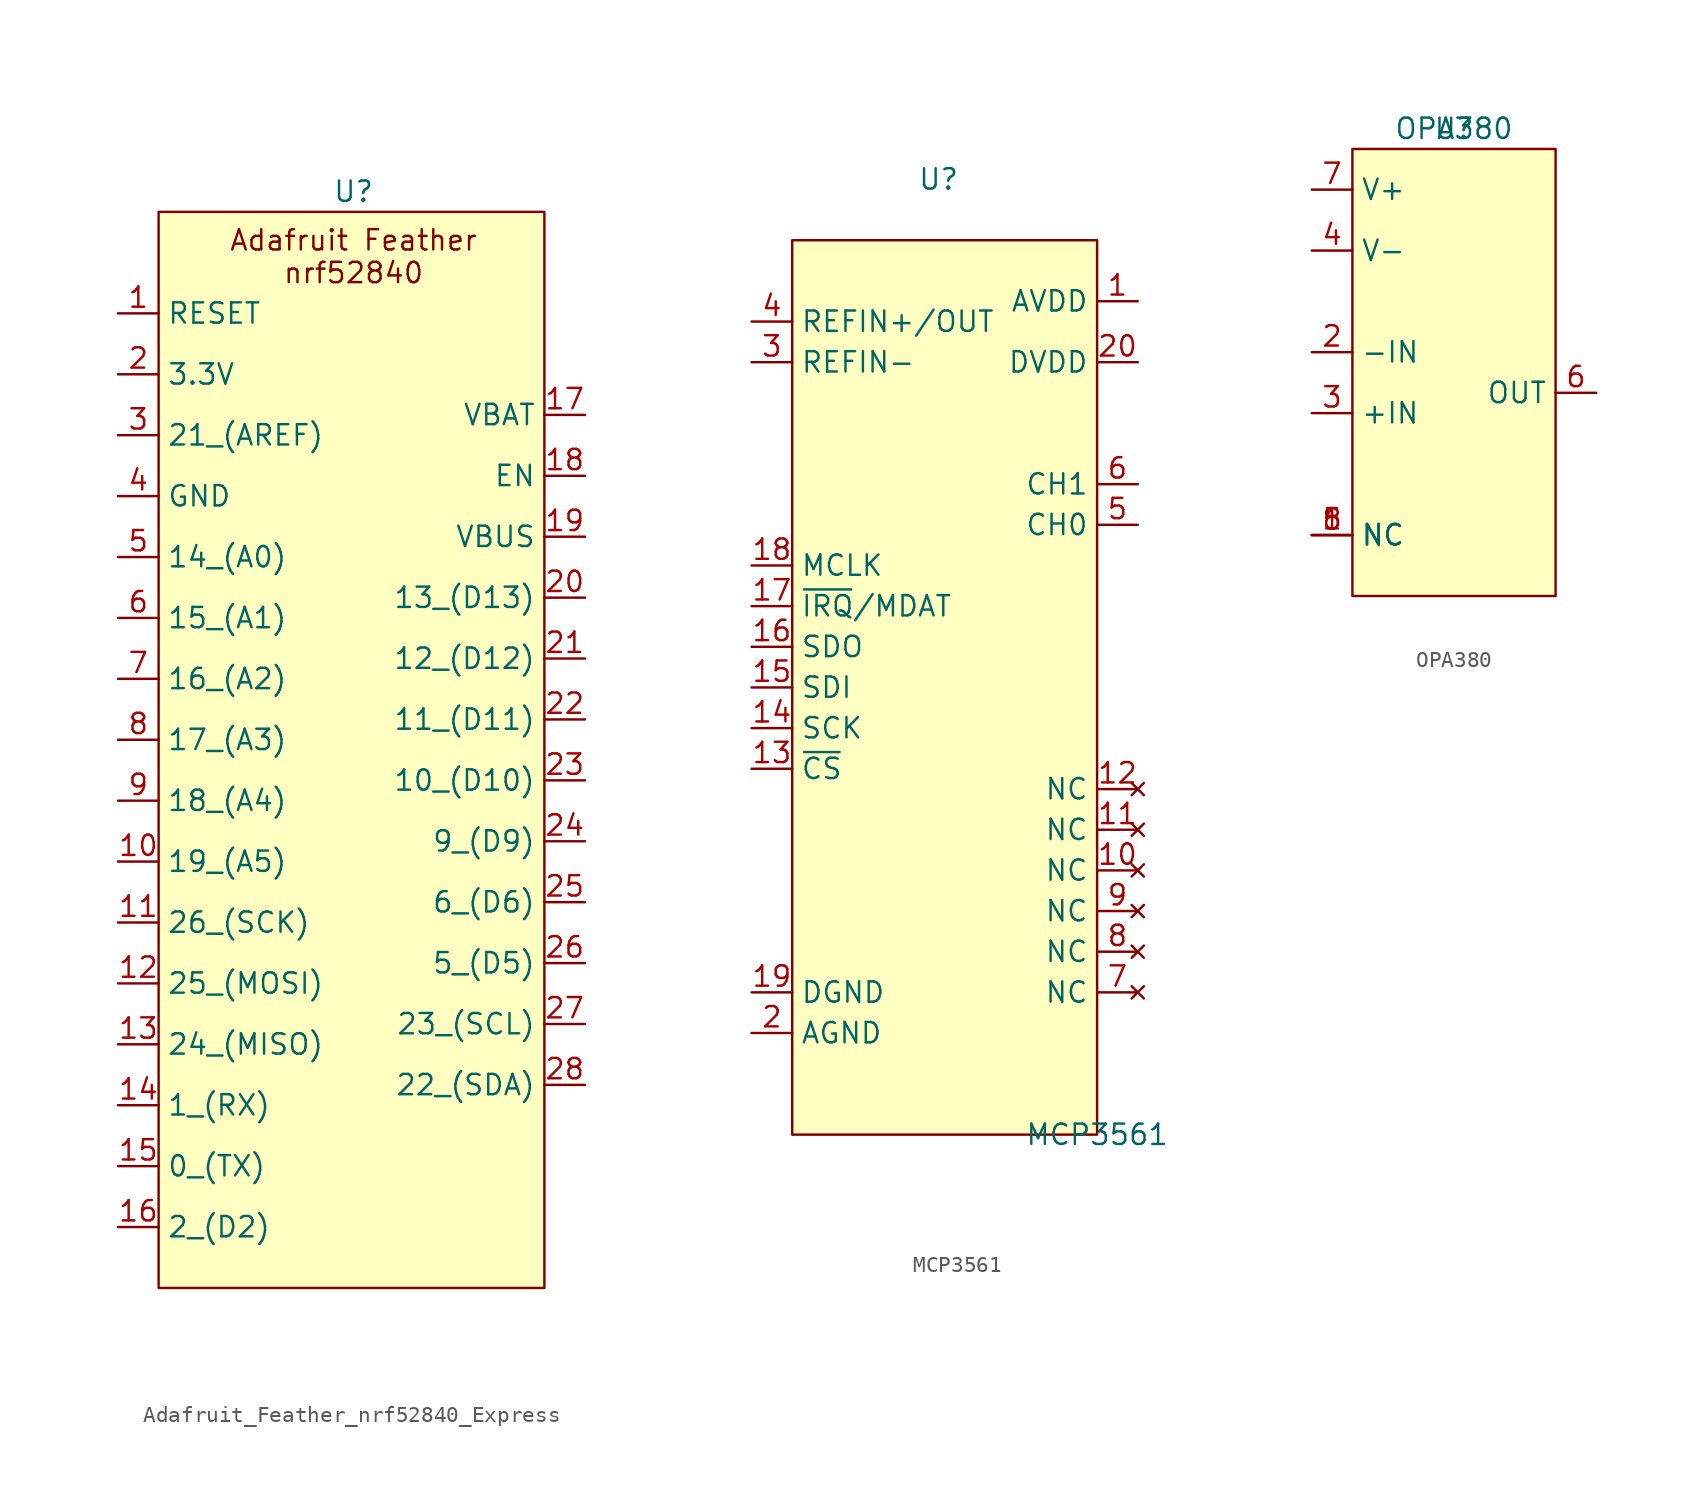
<source format=kicad_sym>
(kicad_symbol_lib
  (version 20241209)
  (generator "kicad_symbol_editor")
  (generator_version "9.0")
  (symbol "Adafruit_Feather_nrf52840_Express"
    (property "Reference" "U"
      (at -1.778 15.24 0)
      (effects (font (size 1.27 1.27))))
    (property "Value" ""
      (at -16.51 7.62 0)
      (effects (font (size 1.27 1.27))))
    (symbol "Adafruit_Feather_nrf52840_Express_0_0"
      (pin unspecified line (at -16.51 7.62 0) (length 2.54) (name "RESET" (effects (font (size 1.27 1.27)))) (number "1" (effects (font (size 1.27 1.27)))))
      (pin unspecified line (at -16.51 3.81 0) (length 2.54) (name "3.3V" (effects (font (size 1.27 1.27)))) (number "2" (effects (font (size 1.27 1.27)))))
      (pin unspecified line (at -16.51 0 0) (length 2.54) (name "21_(AREF)" (effects (font (size 1.27 1.27)))) (number "3" (effects (font (size 1.27 1.27)))))
      (pin unspecified line (at -16.51 -3.81 0) (length 2.54) (name "GND" (effects (font (size 1.27 1.27)))) (number "4" (effects (font (size 1.27 1.27)))))
      (pin unspecified line (at -16.51 -7.62 0) (length 2.54) (name "14_(A0)" (effects (font (size 1.27 1.27)))) (number "5" (effects (font (size 1.27 1.27)))))
      (pin unspecified line (at -16.51 -11.43 0) (length 2.54) (name "15_(A1)" (effects (font (size 1.27 1.27)))) (number "6" (effects (font (size 1.27 1.27)))))
      (pin unspecified line (at -16.51 -15.24 0) (length 2.54) (name "16_(A2)" (effects (font (size 1.27 1.27)))) (number "7" (effects (font (size 1.27 1.27)))))
      (pin unspecified line (at -16.51 -19.05 0) (length 2.54) (name "17_(A3)" (effects (font (size 1.27 1.27)))) (number "8" (effects (font (size 1.27 1.27)))))
      (pin unspecified line (at -16.51 -22.86 0) (length 2.54) (name "18_(A4)" (effects (font (size 1.27 1.27)))) (number "9" (effects (font (size 1.27 1.27)))))
      (pin unspecified line (at -16.51 -26.67 0) (length 2.54) (name "19_(A5)" (effects (font (size 1.27 1.27)))) (number "10" (effects (font (size 1.27 1.27)))))
      (pin unspecified line (at -16.51 -30.48 0) (length 2.54) (name "26_(SCK)" (effects (font (size 1.27 1.27)))) (number "11" (effects (font (size 1.27 1.27)))))
      (pin unspecified line (at -16.51 -34.29 0) (length 2.54) (name "25_(MOSI)" (effects (font (size 1.27 1.27)))) (number "12" (effects (font (size 1.27 1.27)))))
      (pin unspecified line (at -16.51 -38.1 0) (length 2.54) (name "24_(MISO)" (effects (font (size 1.27 1.27)))) (number "13" (effects (font (size 1.27 1.27)))))
      (pin unspecified line (at -16.51 -41.91 0) (length 2.54) (name "1_(RX)" (effects (font (size 1.27 1.27)))) (number "14" (effects (font (size 1.27 1.27)))))
      (pin unspecified line (at -16.51 -45.72 0) (length 2.54) (name "0_(TX)" (effects (font (size 1.27 1.27)))) (number "15" (effects (font (size 1.27 1.27)))))
      (pin unspecified line (at -16.51 -49.53 0) (length 2.54) (name "2_(D2)" (effects (font (size 1.27 1.27)))) (number "16" (effects (font (size 1.27 1.27)))))
      (pin unspecified line (at 12.7 1.27 180) (length 2.54) (name "VBAT" (effects (font (size 1.27 1.27)))) (number "17" (effects (font (size 1.27 1.27)))))
      (pin unspecified line (at 12.7 -2.54 180) (length 2.54) (name "EN" (effects (font (size 1.27 1.27)))) (number "18" (effects (font (size 1.27 1.27)))))
      (pin unspecified line (at 12.7 -6.35 180) (length 2.54) (name "VBUS" (effects (font (size 1.27 1.27)))) (number "19" (effects (font (size 1.27 1.27)))))
      (pin unspecified line (at 12.7 -36.83 180) (length 2.54) (name "23_(SCL)" (effects (font (size 1.27 1.27)))) (number "27" (effects (font (size 1.27 1.27)))))
      (pin unspecified line (at 12.7 -40.64 180) (length 2.54) (name "22_(SDA)" (effects (font (size 1.27 1.27)))) (number "28" (effects (font (size 1.27 1.27))))))
    (symbol "Adafruit_Feather_nrf52840_Express_1_0"
      (pin unspecified line (at 12.7 -10.16 180) (length 2.54) (name "13_(D13)" (effects (font (size 1.27 1.27)))) (number "20" (effects (font (size 1.27 1.27)))))
      (pin unspecified line (at 12.7 -13.97 180) (length 2.54) (name "12_(D12)" (effects (font (size 1.27 1.27)))) (number "21" (effects (font (size 1.27 1.27)))))
      (pin unspecified line (at 12.7 -17.78 180) (length 2.54) (name "11_(D11)" (effects (font (size 1.27 1.27)))) (number "22" (effects (font (size 1.27 1.27)))))
      (pin unspecified line (at 12.7 -21.59 180) (length 2.54) (name "10_(D10)" (effects (font (size 1.27 1.27)))) (number "23" (effects (font (size 1.27 1.27)))))
      (pin unspecified line (at 12.7 -25.4 180) (length 2.54) (name "9_(D9)" (effects (font (size 1.27 1.27)))) (number "24" (effects (font (size 1.27 1.27)))))
      (pin unspecified line (at 12.7 -29.21 180) (length 2.54) (name "6_(D6)" (effects (font (size 1.27 1.27)))) (number "25" (effects (font (size 1.27 1.27)))))
      (pin unspecified line (at 12.7 -33.02 180) (length 2.54) (name "5_(D5)" (effects (font (size 1.27 1.27)))) (number "26" (effects (font (size 1.27 1.27))))))
    (symbol "Adafruit_Feather_nrf52840_Express_1_1"
      (rectangle (start -13.97 13.97) (end 10.16 -53.34) (stroke (width 0) (type default)) (fill (type background)))
      (text "Adafruit Feather\nnrf52840" (at -1.778 11.176 0) (effects (font (size 1.27 1.27))))))
  (symbol "MCP3561"
    (property "Reference" "U"
      (at -9.906 59.69 0)
      (effects (font (size 1.27 1.27))))
    (property "Value" "MCP3561"
      (at 0 0 0)
      (effects (font (size 1.27 1.27))))
    (symbol "MCP3561_0_0"
      (pin unspecified line (at -21.59 50.8 0) (length 2.54) (name "REFIN+/OUT" (effects (font (size 1.27 1.27)))) (number "4" (effects (font (size 1.27 1.27)))))
      (pin unspecified line (at -21.59 48.26 0) (length 2.54) (name "REFIN-" (effects (font (size 1.27 1.27)))) (number "3" (effects (font (size 1.27 1.27)))))
      (pin unspecified line (at -21.59 35.56 0) (length 2.54) (name "MCLK" (effects (font (size 1.27 1.27)))) (number "18" (effects (font (size 1.27 1.27)))))
      (pin unspecified line (at -21.59 33.02 0) (length 2.54) (name "~{IRQ}/MDAT" (effects (font (size 1.27 1.27)))) (number "17" (effects (font (size 1.27 1.27)))))
      (pin unspecified line (at -21.59 30.48 0) (length 2.54) (name "SDO" (effects (font (size 1.27 1.27)))) (number "16" (effects (font (size 1.27 1.27)))))
      (pin unspecified line (at -21.59 27.94 0) (length 2.54) (name "SDI" (effects (font (size 1.27 1.27)))) (number "15" (effects (font (size 1.27 1.27)))))
      (pin unspecified line (at -21.59 25.4 0) (length 2.54) (name "SCK" (effects (font (size 1.27 1.27)))) (number "14" (effects (font (size 1.27 1.27)))))
      (pin unspecified line (at -21.59 22.86 0) (length 2.54) (name "~{CS}" (effects (font (size 1.27 1.27)))) (number "13" (effects (font (size 1.27 1.27)))))
      (pin unspecified line (at -21.59 8.89 0) (length 2.54) (name "DGND" (effects (font (size 1.27 1.27)))) (number "19" (effects (font (size 1.27 1.27)))))
      (pin unspecified line (at -21.59 6.35 0) (length 2.54) (name "AGND" (effects (font (size 1.27 1.27)))) (number "2" (effects (font (size 1.27 1.27)))))
      (pin unspecified line (at 2.54 52.07 180) (length 2.54) (name "AVDD" (effects (font (size 1.27 1.27)))) (number "1" (effects (font (size 1.27 1.27)))))
      (pin unspecified line (at 2.54 48.26 180) (length 2.54) (name "DVDD" (effects (font (size 1.27 1.27)))) (number "20" (effects (font (size 1.27 1.27)))))
      (pin unspecified line (at 2.54 40.64 180) (length 2.54) (name "CH1" (effects (font (size 1.27 1.27)))) (number "6" (effects (font (size 1.27 1.27)))))
      (pin unspecified line (at 2.54 38.1 180) (length 2.54) (name "CH0" (effects (font (size 1.27 1.27)))) (number "5" (effects (font (size 1.27 1.27)))))
      (pin no_connect line (at 2.54 21.59 180) (length 2.54) (name "NC" (effects (font (size 1.27 1.27)))) (number "12" (effects (font (size 1.27 1.27)))))
      (pin no_connect line (at 2.54 19.05 180) (length 2.54) (name "NC" (effects (font (size 1.27 1.27)))) (number "11" (effects (font (size 1.27 1.27)))))
      (pin no_connect line (at 2.54 16.51 180) (length 2.54) (name "NC" (effects (font (size 1.27 1.27)))) (number "10" (effects (font (size 1.27 1.27)))))
      (pin no_connect line (at 2.54 13.97 180) (length 2.54) (name "NC" (effects (font (size 1.27 1.27)))) (number "9" (effects (font (size 1.27 1.27)))))
      (pin no_connect line (at 2.54 11.43 180) (length 2.54) (name "NC" (effects (font (size 1.27 1.27)))) (number "8" (effects (font (size 1.27 1.27)))))
      (pin no_connect line (at 2.54 8.89 180) (length 2.54) (name "NC" (effects (font (size 1.27 1.27)))) (number "7" (effects (font (size 1.27 1.27))))))
    (symbol "MCP3561_1_1"
      (rectangle (start -19.05 55.88) (end 0 0) (stroke (width 0) (type solid)) (fill (type background)))))
  (symbol "OPA380"
    (property "Reference" "U"
      (at 0 0 0)
      (effects (font (size 1.27 1.27))))
    (property "Value" "OPA380"
      (at 0 0 0)
      (effects (font (size 1.27 1.27))))
    (symbol "OPA380_0_0"
      (pin unspecified line (at -8.89 -3.81 0) (length 2.54) (name "V+" (effects (font (size 1.27 1.27)))) (number "7" (effects (font (size 1.27 1.27)))))
      (pin unspecified line (at -8.89 -7.62 0) (length 2.54) (name "V-" (effects (font (size 1.27 1.27)))) (number "4" (effects (font (size 1.27 1.27)))))
      (pin unspecified line (at -8.89 -13.97 0) (length 2.54) (name "-IN" (effects (font (size 1.27 1.27)))) (number "2" (effects (font (size 1.27 1.27)))))
      (pin unspecified line (at -8.89 -17.78 0) (length 2.54) (name "+IN" (effects (font (size 1.27 1.27)))) (number "3" (effects (font (size 1.27 1.27)))))
      (pin unspecified line (at -8.89 -25.4 0) (length 2.54) (name "NC" (effects (font (size 1.27 1.27)))) (number "1" (effects (font (size 1.27 1.27)))))
      (pin unspecified line (at -8.89 -25.4 0) (length 2.54) (name "NC" (effects (font (size 1.27 1.27)))) (number "5" (effects (font (size 1.27 1.27)))))
      (pin unspecified line (at -8.89 -25.4 0) (length 2.54) (name "NC" (effects (font (size 1.27 1.27)))) (number "8" (effects (font (size 1.27 1.27)))))
      (pin unspecified line (at 8.89 -16.51 180) (length 2.54) (name "OUT" (effects (font (size 1.27 1.27)))) (number "6" (effects (font (size 1.27 1.27))))))
    (symbol "OPA380_1_1"
      (rectangle (start -6.35 -1.27) (end 6.35 -29.21) (stroke (width 0) (type solid)) (fill (type background))))))
</source>
